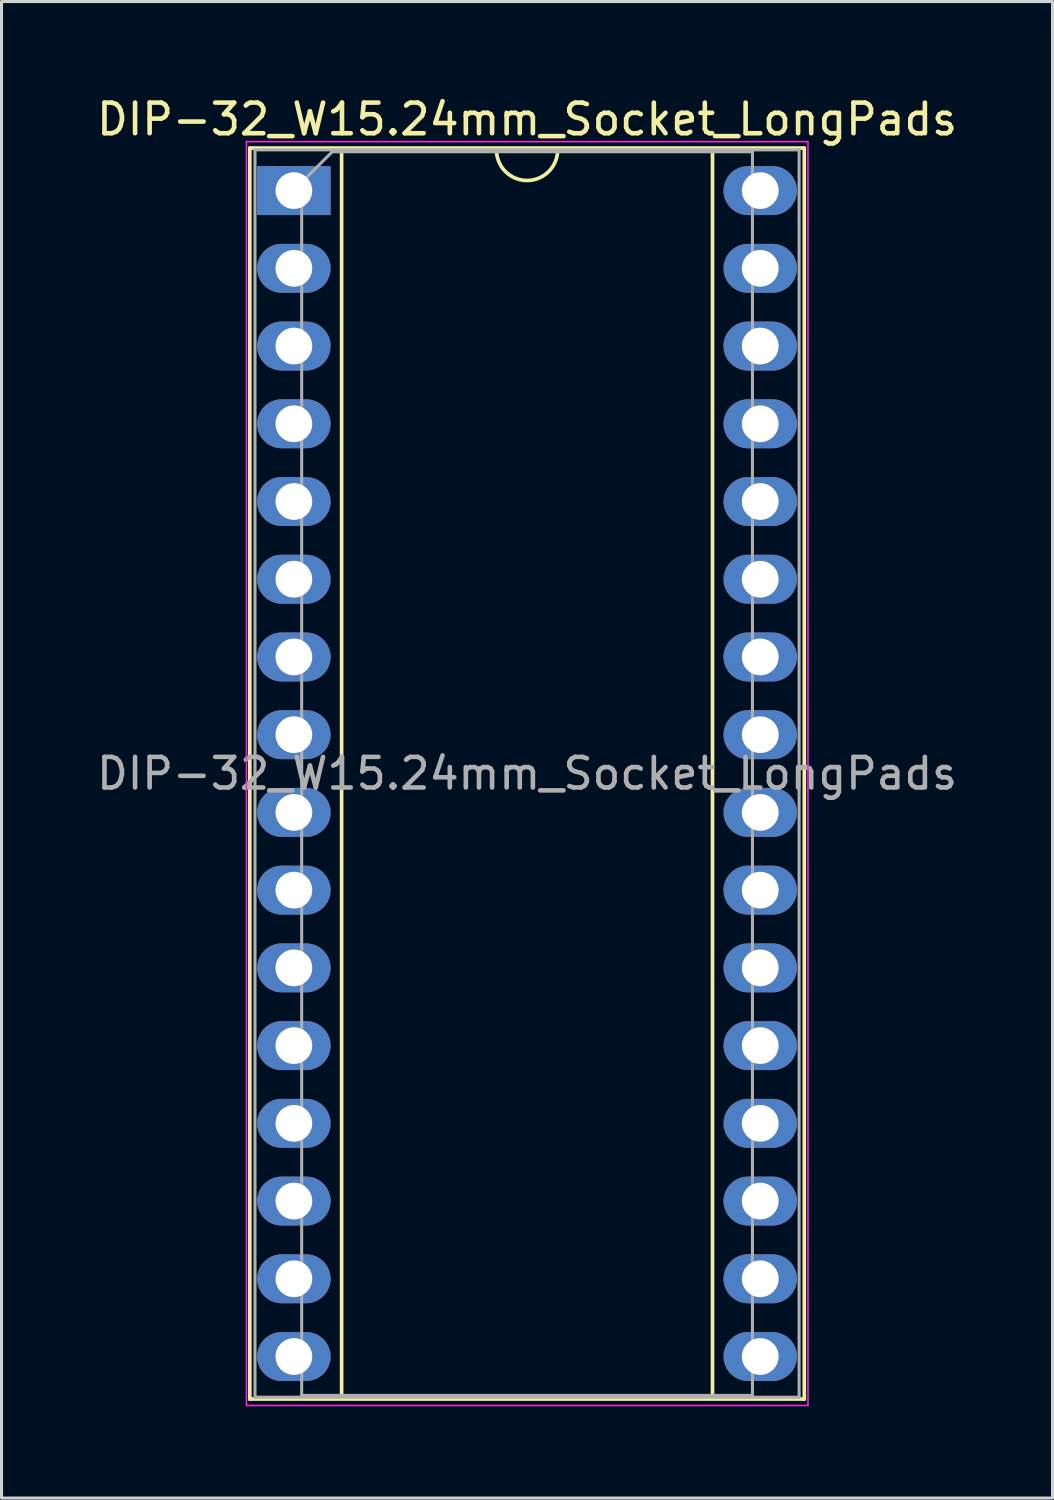
<source format=kicad_pcb>
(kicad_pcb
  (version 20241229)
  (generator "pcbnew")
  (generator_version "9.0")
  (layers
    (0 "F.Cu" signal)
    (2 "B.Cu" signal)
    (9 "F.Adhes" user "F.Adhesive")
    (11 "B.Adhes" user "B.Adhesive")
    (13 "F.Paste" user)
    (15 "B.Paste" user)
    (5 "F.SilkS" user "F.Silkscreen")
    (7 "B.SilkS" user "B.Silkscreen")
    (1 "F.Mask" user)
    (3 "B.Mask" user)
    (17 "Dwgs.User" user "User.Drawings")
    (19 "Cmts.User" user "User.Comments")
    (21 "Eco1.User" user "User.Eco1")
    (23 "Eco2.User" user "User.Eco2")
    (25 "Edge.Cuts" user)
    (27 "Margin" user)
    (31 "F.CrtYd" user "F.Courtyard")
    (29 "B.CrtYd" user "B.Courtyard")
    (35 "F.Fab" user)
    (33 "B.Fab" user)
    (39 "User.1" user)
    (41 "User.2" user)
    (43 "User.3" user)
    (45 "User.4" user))
  (footprint "DIP-32_W15.24mm_Socket_LongPads"
    (layer "F.Cu")
    (at 6.553 3.178)
    (property "Reference" "DIP-32_W15.24mm_Socket_LongPads" (at 7.62 -2.33 0) (layer "F.SilkS") (effects (font (size 1 1) (thickness 0.15))))
    (attr through_hole)
    (fp_line (start -1.44 -1.39) (end -1.44 39.49) (stroke (width 0.12) (type solid)) (layer "F.SilkS"))
    (fp_line (start -1.44 39.49) (end 16.68 39.49) (stroke (width 0.12) (type solid)) (layer "F.SilkS"))
    (fp_line (start 1.56 -1.33) (end 1.56 39.43) (stroke (width 0.12) (type solid)) (layer "F.SilkS"))
    (fp_line (start 1.56 39.43) (end 13.68 39.43) (stroke (width 0.12) (type solid)) (layer "F.SilkS"))
    (fp_line (start 6.62 -1.33) (end 1.56 -1.33) (stroke (width 0.12) (type solid)) (layer "F.SilkS"))
    (fp_line (start 13.68 -1.33) (end 8.62 -1.33) (stroke (width 0.12) (type solid)) (layer "F.SilkS"))
    (fp_line (start 13.68 39.43) (end 13.68 -1.33) (stroke (width 0.12) (type solid)) (layer "F.SilkS"))
    (fp_line (start 16.68 -1.39) (end -1.44 -1.39) (stroke (width 0.12) (type solid)) (layer "F.SilkS"))
    (fp_line (start 16.68 39.49) (end 16.68 -1.39) (stroke (width 0.12) (type solid)) (layer "F.SilkS"))
    (fp_arc (start 8.62 -1.33) (mid 7.62 -0.33) (end 6.62 -1.33) (stroke (width 0.12) (type solid)) (layer "F.SilkS"))
    (fp_line (start -1.55 -1.6) (end -1.55 39.7) (stroke (width 0.05) (type solid)) (layer "F.CrtYd"))
    (fp_line (start -1.55 39.7) (end 16.8 39.7) (stroke (width 0.05) (type solid)) (layer "F.CrtYd"))
    (fp_line (start 16.8 -1.6) (end -1.55 -1.6) (stroke (width 0.05) (type solid)) (layer "F.CrtYd"))
    (fp_line (start 16.8 39.7) (end 16.8 -1.6) (stroke (width 0.05) (type solid)) (layer "F.CrtYd"))
    (fp_line (start -1.27 -1.33) (end -1.27 39.43) (stroke (width 0.1) (type solid)) (layer "F.Fab"))
    (fp_line (start -1.27 39.43) (end 16.51 39.43) (stroke (width 0.1) (type solid)) (layer "F.Fab"))
    (fp_line (start 0.255 -0.27) (end 1.255 -1.27) (stroke (width 0.1) (type solid)) (layer "F.Fab"))
    (fp_line (start 0.255 39.37) (end 0.255 -0.27) (stroke (width 0.1) (type solid)) (layer "F.Fab"))
    (fp_line (start 1.255 -1.27) (end 14.985 -1.27) (stroke (width 0.1) (type solid)) (layer "F.Fab"))
    (fp_line (start 14.985 -1.27) (end 14.985 39.37) (stroke (width 0.1) (type solid)) (layer "F.Fab"))
    (fp_line (start 14.985 39.37) (end 0.255 39.37) (stroke (width 0.1) (type solid)) (layer "F.Fab"))
    (fp_line (start 16.51 -1.33) (end -1.27 -1.33) (stroke (width 0.1) (type solid)) (layer "F.Fab"))
    (fp_line (start 16.51 39.43) (end 16.51 -1.33) (stroke (width 0.1) (type solid)) (layer "F.Fab"))
    (fp_text user "${REFERENCE}" (at 7.62 19.05 0) (layer "F.Fab") (effects (font (size 1 1) (thickness 0.15))))
    (pad "1" thru_hole rect (at 0 0) (size 2.4 1.6) (drill 1.2) (layers "*.Cu" "*.Mask"))
    (pad "2" thru_hole oval (at 0 2.54) (size 2.4 1.6) (drill 1.2) (layers "*.Cu" "*.Mask"))
    (pad "3" thru_hole oval (at 0 5.08) (size 2.4 1.6) (drill 1.2) (layers "*.Cu" "*.Mask"))
    (pad "4" thru_hole oval (at 0 7.62) (size 2.4 1.6) (drill 1.2) (layers "*.Cu" "*.Mask"))
    (pad "5" thru_hole oval (at 0 10.16) (size 2.4 1.6) (drill 1.2) (layers "*.Cu" "*.Mask"))
    (pad "6" thru_hole oval (at 0 12.7) (size 2.4 1.6) (drill 1.2) (layers "*.Cu" "*.Mask"))
    (pad "7" thru_hole oval (at 0 15.24) (size 2.4 1.6) (drill 1.2) (layers "*.Cu" "*.Mask"))
    (pad "8" thru_hole oval (at 0 17.78) (size 2.4 1.6) (drill 1.2) (layers "*.Cu" "*.Mask"))
    (pad "9" thru_hole oval (at 0 20.32) (size 2.4 1.6) (drill 1.2) (layers "*.Cu" "*.Mask"))
    (pad "10" thru_hole oval (at 0 22.86) (size 2.4 1.6) (drill 1.2) (layers "*.Cu" "*.Mask"))
    (pad "11" thru_hole oval (at 0 25.4) (size 2.4 1.6) (drill 1.2) (layers "*.Cu" "*.Mask"))
    (pad "12" thru_hole oval (at 0 27.94) (size 2.4 1.6) (drill 1.2) (layers "*.Cu" "*.Mask"))
    (pad "13" thru_hole oval (at 0 30.48) (size 2.4 1.6) (drill 1.2) (layers "*.Cu" "*.Mask"))
    (pad "14" thru_hole oval (at 0 33.02) (size 2.4 1.6) (drill 1.2) (layers "*.Cu" "*.Mask"))
    (pad "15" thru_hole oval (at 0 35.56) (size 2.4 1.6) (drill 1.2) (layers "*.Cu" "*.Mask"))
    (pad "16" thru_hole oval (at 0 38.1) (size 2.4 1.6) (drill 1.2) (layers "*.Cu" "*.Mask"))
    (pad "17" thru_hole oval (at 15.24 38.1) (size 2.4 1.6) (drill 1.2) (layers "*.Cu" "*.Mask"))
    (pad "18" thru_hole oval (at 15.24 35.56) (size 2.4 1.6) (drill 1.2) (layers "*.Cu" "*.Mask"))
    (pad "19" thru_hole oval (at 15.24 33.02) (size 2.4 1.6) (drill 1.2) (layers "*.Cu" "*.Mask"))
    (pad "20" thru_hole oval (at 15.24 30.48) (size 2.4 1.6) (drill 1.2) (layers "*.Cu" "*.Mask"))
    (pad "21" thru_hole oval (at 15.24 27.94) (size 2.4 1.6) (drill 1.2) (layers "*.Cu" "*.Mask"))
    (pad "22" thru_hole oval (at 15.24 25.4) (size 2.4 1.6) (drill 1.2) (layers "*.Cu" "*.Mask"))
    (pad "23" thru_hole oval (at 15.24 22.86) (size 2.4 1.6) (drill 1.2) (layers "*.Cu" "*.Mask"))
    (pad "24" thru_hole oval (at 15.24 20.32) (size 2.4 1.6) (drill 1.2) (layers "*.Cu" "*.Mask"))
    (pad "25" thru_hole oval (at 15.24 17.78) (size 2.4 1.6) (drill 1.2) (layers "*.Cu" "*.Mask"))
    (pad "26" thru_hole oval (at 15.24 15.24) (size 2.4 1.6) (drill 1.2) (layers "*.Cu" "*.Mask"))
    (pad "27" thru_hole oval (at 15.24 12.7) (size 2.4 1.6) (drill 1.2) (layers "*.Cu" "*.Mask"))
    (pad "28" thru_hole oval (at 15.24 10.16) (size 2.4 1.6) (drill 1.2) (layers "*.Cu" "*.Mask"))
    (pad "29" thru_hole oval (at 15.24 7.62) (size 2.4 1.6) (drill 1.2) (layers "*.Cu" "*.Mask"))
    (pad "30" thru_hole oval (at 15.24 5.08) (size 2.4 1.6) (drill 1.2) (layers "*.Cu" "*.Mask"))
    (pad "31" thru_hole oval (at 15.24 2.54) (size 2.4 1.6) (drill 1.2) (layers "*.Cu" "*.Mask"))
    (pad "32" thru_hole oval (at 15.24 0) (size 2.4 1.6) (drill 1.2) (layers "*.Cu" "*.Mask")))
  (gr_rect
    (start -3 -3)
    (end 31.345 45.903)
    (stroke (width 0.1) (type default))
    (fill no)
    (layer "Edge.Cuts")))
</source>
